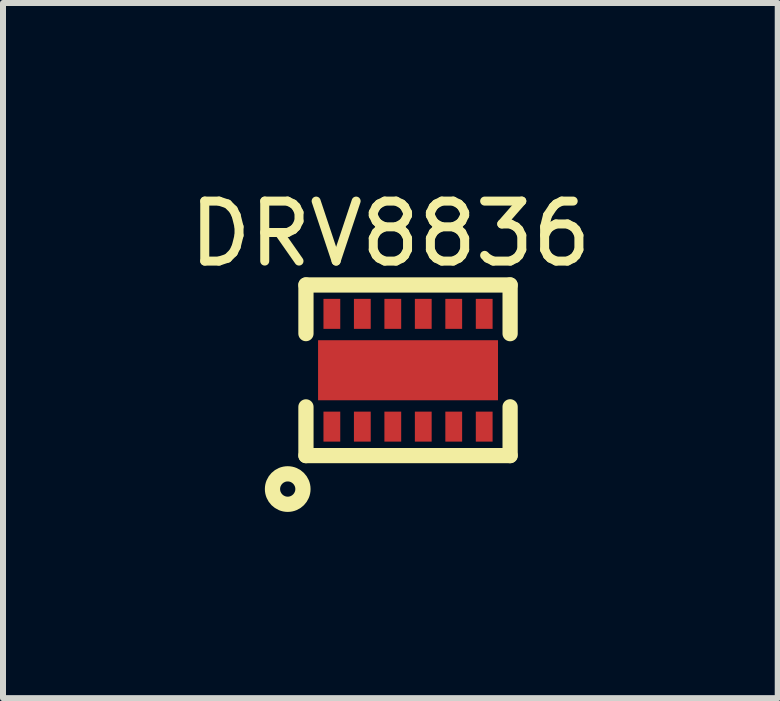
<source format=kicad_pcb>
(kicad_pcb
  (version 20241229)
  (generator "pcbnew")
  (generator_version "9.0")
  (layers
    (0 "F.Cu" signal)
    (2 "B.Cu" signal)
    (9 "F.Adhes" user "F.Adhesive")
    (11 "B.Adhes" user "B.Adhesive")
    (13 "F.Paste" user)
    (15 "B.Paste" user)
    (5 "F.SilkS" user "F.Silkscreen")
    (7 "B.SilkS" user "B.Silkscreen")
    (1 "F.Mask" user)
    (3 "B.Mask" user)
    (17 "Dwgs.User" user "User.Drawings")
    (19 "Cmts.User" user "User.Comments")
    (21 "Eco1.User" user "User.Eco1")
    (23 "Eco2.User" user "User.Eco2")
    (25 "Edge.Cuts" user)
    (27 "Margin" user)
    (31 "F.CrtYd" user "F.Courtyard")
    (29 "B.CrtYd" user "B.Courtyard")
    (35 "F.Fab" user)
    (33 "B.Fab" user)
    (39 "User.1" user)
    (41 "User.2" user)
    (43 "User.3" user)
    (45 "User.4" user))
  (footprint "DRV8836"
    (layer "F.Cu")
    (at 3.753 3.123)
    (property "Reference" "DRV8836" (at -0.294 -2.275 0) (layer "F.SilkS") (effects (font (size 1 1) (thickness 0.15))))
    (fp_line (start -1.702 -1.422) (end -1.702 -0.611) (stroke (width 0.254) (type default)) (layer "F.SilkS"))
    (fp_line (start -1.702 0.611) (end -1.702 1.423) (stroke (width 0.254) (type default)) (layer "F.SilkS"))
    (fp_line (start -1.702 1.423) (end 1.702 1.423) (stroke (width 0.254) (type default)) (layer "F.SilkS"))
    (fp_line (start 1.702 -1.422) (end -1.702 -1.422) (stroke (width 0.254) (type default)) (layer "F.SilkS"))
    (fp_line (start 1.702 -1.422) (end 1.702 -0.61) (stroke (width 0.254) (type default)) (layer "F.SilkS"))
    (fp_line (start 1.702 0.61) (end 1.702 1.423) (stroke (width 0.254) (type default)) (layer "F.SilkS"))
    (fp_circle (center -2.006 1.981) (end -1.752 1.981) (stroke (width 0.254) (type default)) (fill no) (layer "F.SilkS"))
    (fp_poly (pts (xy -1.5 -0.5) (xy 1.5 -0.5) (xy 1.5 0.5) (xy -1.5 0.5)) (stroke (width 0.1) (type default)) (fill no) (layer "User.1"))
    (fp_poly (pts (xy -1.409 -1.19) (xy -1.131 -1.19) (xy -1.131 -0.69) (xy -1.409 -0.69)) (stroke (width 0.1) (type default)) (fill no) (layer "User.1"))
    (fp_poly (pts (xy -1.409 0.69) (xy -1.131 0.69) (xy -1.131 1.19) (xy -1.409 1.19)) (stroke (width 0.1) (type default)) (fill no) (layer "User.1"))
    (fp_poly (pts (xy -0.901 -1.19) (xy -0.623 -1.19) (xy -0.623 -0.69) (xy -0.901 -0.69)) (stroke (width 0.1) (type default)) (fill no) (layer "User.1"))
    (fp_poly (pts (xy -0.901 0.69) (xy -0.623 0.69) (xy -0.623 1.19) (xy -0.901 1.19)) (stroke (width 0.1) (type default)) (fill no) (layer "User.1"))
    (fp_poly (pts (xy -0.394 -1.19) (xy -0.115 -1.19) (xy -0.115 -0.69) (xy -0.394 -0.69)) (stroke (width 0.1) (type default)) (fill no) (layer "User.1"))
    (fp_poly (pts (xy -0.394 0.69) (xy -0.115 0.69) (xy -0.115 1.19) (xy -0.394 1.19)) (stroke (width 0.1) (type default)) (fill no) (layer "User.1"))
    (fp_poly (pts (xy 0.115 -1.19) (xy 0.394 -1.19) (xy 0.394 -0.69) (xy 0.115 -0.69)) (stroke (width 0.1) (type default)) (fill no) (layer "User.1"))
    (fp_poly (pts (xy 0.115 0.69) (xy 0.394 0.69) (xy 0.394 1.19) (xy 0.115 1.19)) (stroke (width 0.1) (type default)) (fill no) (layer "User.1"))
    (fp_poly (pts (xy 0.623 -1.19) (xy 0.901 -1.19) (xy 0.901 -0.69) (xy 0.623 -0.69)) (stroke (width 0.1) (type default)) (fill no) (layer "User.1"))
    (fp_poly (pts (xy 0.623 0.69) (xy 0.901 0.69) (xy 0.901 1.19) (xy 0.623 1.19)) (stroke (width 0.1) (type default)) (fill no) (layer "User.1"))
    (fp_poly (pts (xy 1.131 -1.19) (xy 1.409 -1.19) (xy 1.409 -0.69) (xy 1.131 -0.69)) (stroke (width 0.1) (type default)) (fill no) (layer "User.1"))
    (fp_poly (pts (xy 1.131 0.69) (xy 1.409 0.69) (xy 1.409 1.19) (xy 1.131 1.19)) (stroke (width 0.1) (type default)) (fill no) (layer "User.1"))
    (fp_line (start -2.388 -1.549) (end 1.829 -1.549) (stroke (width 0.051) (type default)) (layer "User.2"))
    (fp_line (start -2.388 2.362) (end -2.388 -1.549) (stroke (width 0.051) (type default)) (layer "User.2"))
    (fp_line (start 1.829 -1.549) (end 1.829 2.362) (stroke (width 0.051) (type default)) (layer "User.2"))
    (fp_line (start 1.829 2.362) (end -2.388 2.362) (stroke (width 0.051) (type default)) (layer "User.2"))
    (fp_poly (pts (xy -2.332 2.339) (xy -2.365 2.307) (xy -2.41 2.307) (xy -2.443 2.339) (xy -2.443 2.385) (xy -2.41 2.417) (xy -2.365 2.417) (xy -2.332 2.385)) (stroke (width 0.1) (type default)) (fill no) (layer "User.3"))
    (pad "1" smd rect (at -1.27 0.94) (size 0.28 0.5) (layers "F.Cu" "F.Mask" "F.Paste"))
    (pad "2" smd rect (at -0.762 0.94) (size 0.28 0.5) (layers "F.Cu" "F.Mask" "F.Paste"))
    (pad "3" smd rect (at -0.254 0.94) (size 0.28 0.5) (layers "F.Cu" "F.Mask" "F.Paste"))
    (pad "4" smd rect (at 0.254 0.94) (size 0.28 0.5) (layers "F.Cu" "F.Mask" "F.Paste"))
    (pad "5" smd rect (at 0.762 0.94) (size 0.28 0.5) (layers "F.Cu" "F.Mask" "F.Paste"))
    (pad "6" smd rect (at 1.27 0.94) (size 0.28 0.5) (layers "F.Cu" "F.Mask" "F.Paste"))
    (pad "7" smd rect (at 1.27 -0.94) (size 0.28 0.5) (layers "F.Cu" "F.Mask" "F.Paste"))
    (pad "8" smd rect (at 0.762 -0.94) (size 0.28 0.5) (layers "F.Cu" "F.Mask" "F.Paste"))
    (pad "9" smd rect (at 0.254 -0.94) (size 0.28 0.5) (layers "F.Cu" "F.Mask" "F.Paste"))
    (pad "10" smd rect (at -0.254 -0.94) (size 0.28 0.5) (layers "F.Cu" "F.Mask" "F.Paste"))
    (pad "11" smd rect (at -0.762 -0.94) (size 0.28 0.5) (layers "F.Cu" "F.Mask" "F.Paste"))
    (pad "12" smd rect (at -1.27 -0.94) (size 0.28 0.5) (layers "F.Cu" "F.Mask" "F.Paste"))
    (pad "13" smd rect (at 0 0) (size 3 1.001) (layers "F.Cu" "F.Mask" "F.Paste")))
  (gr_rect
    (start -3 -3)
    (end 9.917 8.59)
    (stroke (width 0.1) (type default))
    (fill no)
    (layer "Edge.Cuts")))
</source>
